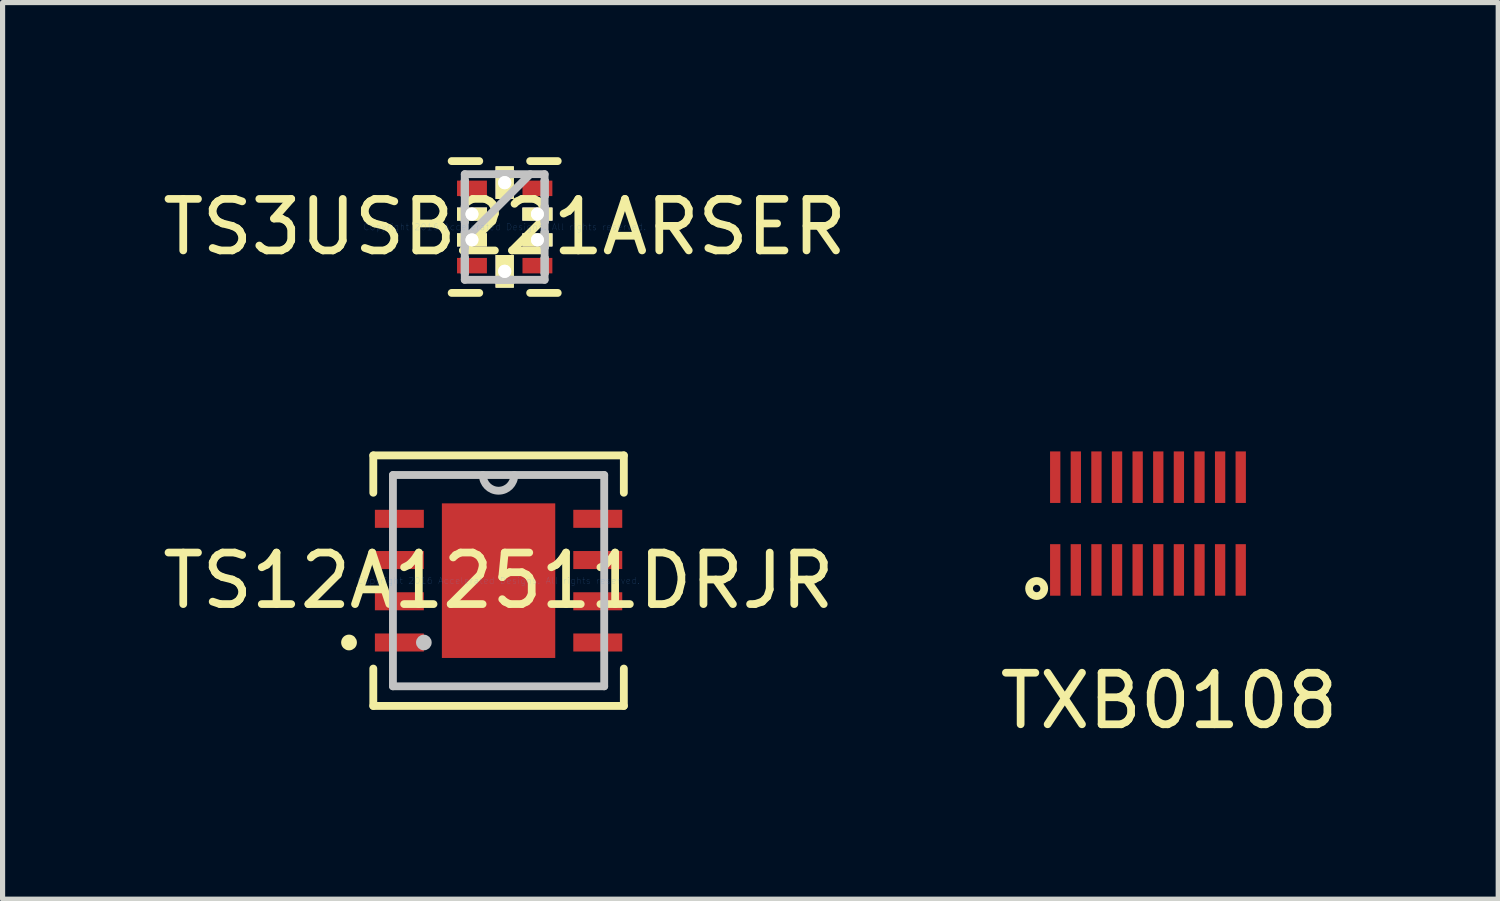
<source format=kicad_pcb>
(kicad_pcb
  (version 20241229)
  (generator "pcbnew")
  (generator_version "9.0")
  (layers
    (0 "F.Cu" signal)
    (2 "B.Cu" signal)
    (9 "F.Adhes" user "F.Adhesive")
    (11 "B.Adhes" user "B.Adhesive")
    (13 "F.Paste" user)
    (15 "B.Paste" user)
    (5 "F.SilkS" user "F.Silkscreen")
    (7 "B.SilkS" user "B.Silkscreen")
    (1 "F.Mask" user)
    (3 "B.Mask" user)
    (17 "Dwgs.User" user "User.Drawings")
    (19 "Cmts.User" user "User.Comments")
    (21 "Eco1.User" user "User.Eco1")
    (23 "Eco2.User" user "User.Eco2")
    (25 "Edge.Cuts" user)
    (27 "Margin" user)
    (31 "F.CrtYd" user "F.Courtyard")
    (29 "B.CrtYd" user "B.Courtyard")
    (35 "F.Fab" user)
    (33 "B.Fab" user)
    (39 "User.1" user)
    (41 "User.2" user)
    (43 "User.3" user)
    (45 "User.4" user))
  (footprint "TS3USB221ARSER"
    (layer "F.Cu")
    (at 6.744 1.355)
    (property "Reference" "TS3USB221ARSER" (at 0 0 0) (layer "F.SilkS") (effects (font (size 1 1) (thickness 0.15))))
    (attr through_hole)
    (fp_line (start -1.029 1.279) (end -0.494 1.279) (stroke (width 0.152) (type solid)) (layer "F.SilkS"))
    (fp_line (start -0.494 -1.279) (end -1.029 -1.279) (stroke (width 0.152) (type solid)) (layer "F.SilkS"))
    (fp_line (start 0.494 1.279) (end 1.029 1.279) (stroke (width 0.152) (type solid)) (layer "F.SilkS"))
    (fp_line (start 1.029 -1.279) (end 0.494 -1.279) (stroke (width 0.152) (type solid)) (layer "F.SilkS"))
    (fp_line (start -0.775 -1.025) (end -0.775 1.025) (stroke (width 0.152) (type solid)) (layer "Dwgs.User"))
    (fp_line (start -0.775 -0.9) (end -0.775 -0.9) (stroke (width 0.152) (type solid)) (layer "Dwgs.User"))
    (fp_line (start -0.775 -0.9) (end -0.775 -0.6) (stroke (width 0.152) (type solid)) (layer "Dwgs.User"))
    (fp_line (start -0.775 -0.6) (end -0.775 -0.9) (stroke (width 0.152) (type solid)) (layer "Dwgs.User"))
    (fp_line (start -0.775 -0.6) (end -0.775 -0.6) (stroke (width 0.152) (type solid)) (layer "Dwgs.User"))
    (fp_line (start -0.775 -0.4) (end -0.775 -0.4) (stroke (width 0.152) (type solid)) (layer "Dwgs.User"))
    (fp_line (start -0.775 -0.4) (end -0.775 -0.1) (stroke (width 0.152) (type solid)) (layer "Dwgs.User"))
    (fp_line (start -0.775 -0.1) (end -0.775 -0.4) (stroke (width 0.152) (type solid)) (layer "Dwgs.User"))
    (fp_line (start -0.775 -0.1) (end -0.775 -0.1) (stroke (width 0.152) (type solid)) (layer "Dwgs.User"))
    (fp_line (start -0.775 0.1) (end -0.775 0.1) (stroke (width 0.152) (type solid)) (layer "Dwgs.User"))
    (fp_line (start -0.775 0.1) (end -0.775 0.4) (stroke (width 0.152) (type solid)) (layer "Dwgs.User"))
    (fp_line (start -0.775 0.245) (end 0.495 -1.025) (stroke (width 0.152) (type solid)) (layer "Dwgs.User"))
    (fp_line (start -0.775 0.4) (end -0.775 0.1) (stroke (width 0.152) (type solid)) (layer "Dwgs.User"))
    (fp_line (start -0.775 0.4) (end -0.775 0.4) (stroke (width 0.152) (type solid)) (layer "Dwgs.User"))
    (fp_line (start -0.775 0.6) (end -0.775 0.6) (stroke (width 0.152) (type solid)) (layer "Dwgs.User"))
    (fp_line (start -0.775 0.6) (end -0.775 0.9) (stroke (width 0.152) (type solid)) (layer "Dwgs.User"))
    (fp_line (start -0.775 0.9) (end -0.775 0.6) (stroke (width 0.152) (type solid)) (layer "Dwgs.User"))
    (fp_line (start -0.775 0.9) (end -0.775 0.9) (stroke (width 0.152) (type solid)) (layer "Dwgs.User"))
    (fp_line (start -0.775 1.025) (end 0.775 1.025) (stroke (width 0.152) (type solid)) (layer "Dwgs.User"))
    (fp_line (start -0.15 -1.025) (end -0.15 -1.025) (stroke (width 0.152) (type solid)) (layer "Dwgs.User"))
    (fp_line (start -0.15 -1.025) (end 0.15 -1.025) (stroke (width 0.152) (type solid)) (layer "Dwgs.User"))
    (fp_line (start -0.15 1.025) (end -0.15 1.025) (stroke (width 0.152) (type solid)) (layer "Dwgs.User"))
    (fp_line (start -0.15 1.025) (end 0.15 1.025) (stroke (width 0.152) (type solid)) (layer "Dwgs.User"))
    (fp_line (start 0.15 -1.025) (end -0.15 -1.025) (stroke (width 0.152) (type solid)) (layer "Dwgs.User"))
    (fp_line (start 0.15 -1.025) (end 0.15 -1.025) (stroke (width 0.152) (type solid)) (layer "Dwgs.User"))
    (fp_line (start 0.15 1.025) (end -0.15 1.025) (stroke (width 0.152) (type solid)) (layer "Dwgs.User"))
    (fp_line (start 0.15 1.025) (end 0.15 1.025) (stroke (width 0.152) (type solid)) (layer "Dwgs.User"))
    (fp_line (start 0.775 -1.025) (end -0.775 -1.025) (stroke (width 0.152) (type solid)) (layer "Dwgs.User"))
    (fp_line (start 0.775 -0.9) (end 0.775 -0.9) (stroke (width 0.152) (type solid)) (layer "Dwgs.User"))
    (fp_line (start 0.775 -0.9) (end 0.775 -0.6) (stroke (width 0.152) (type solid)) (layer "Dwgs.User"))
    (fp_line (start 0.775 -0.6) (end 0.775 -0.9) (stroke (width 0.152) (type solid)) (layer "Dwgs.User"))
    (fp_line (start 0.775 -0.6) (end 0.775 -0.6) (stroke (width 0.152) (type solid)) (layer "Dwgs.User"))
    (fp_line (start 0.775 -0.4) (end 0.775 -0.4) (stroke (width 0.152) (type solid)) (layer "Dwgs.User"))
    (fp_line (start 0.775 -0.4) (end 0.775 -0.1) (stroke (width 0.152) (type solid)) (layer "Dwgs.User"))
    (fp_line (start 0.775 -0.1) (end 0.775 -0.4) (stroke (width 0.152) (type solid)) (layer "Dwgs.User"))
    (fp_line (start 0.775 -0.1) (end 0.775 -0.1) (stroke (width 0.152) (type solid)) (layer "Dwgs.User"))
    (fp_line (start 0.775 0.1) (end 0.775 0.1) (stroke (width 0.152) (type solid)) (layer "Dwgs.User"))
    (fp_line (start 0.775 0.1) (end 0.775 0.4) (stroke (width 0.152) (type solid)) (layer "Dwgs.User"))
    (fp_line (start 0.775 0.4) (end 0.775 0.1) (stroke (width 0.152) (type solid)) (layer "Dwgs.User"))
    (fp_line (start 0.775 0.4) (end 0.775 0.4) (stroke (width 0.152) (type solid)) (layer "Dwgs.User"))
    (fp_line (start 0.775 0.6) (end 0.775 0.6) (stroke (width 0.152) (type solid)) (layer "Dwgs.User"))
    (fp_line (start 0.775 0.6) (end 0.775 0.9) (stroke (width 0.152) (type solid)) (layer "Dwgs.User"))
    (fp_line (start 0.775 0.9) (end 0.775 0.6) (stroke (width 0.152) (type solid)) (layer "Dwgs.User"))
    (fp_line (start 0.775 0.9) (end 0.775 0.9) (stroke (width 0.152) (type solid)) (layer "Dwgs.User"))
    (fp_line (start 0.775 1.025) (end 0.775 -1.025) (stroke (width 0.152) (type solid)) (layer "Dwgs.User"))
    (fp_text user "Copyright 2016 Accelerated Designs. All rights reserved." (at 0 0 0) (layer "Cmts.User") (effects (font (size 0.127 0.127) (thickness 0.002))))
    (pad "" smd circle (at -0.635 -0.75 90) (size 0.025 0.025) (layers "F.Paste"))
    (pad "" smd circle (at -0.635 0.75 90) (size 0.025 0.025) (layers "F.Paste"))
    (pad "" smd circle (at 0.635 -0.75 90) (size 0.025 0.025) (layers "F.Paste"))
    (pad "" smd circle (at 0.635 0.75 90) (size 0.025 0.025) (layers "F.Paste"))
    (pad "1" smd rect (at -0.635 -0.75 90) (size 0.3 0.58) (layers "F.Cu"))
    (pad "2" thru_hole rect (at -0.635 -0.25 90) (size 0.25 0.58) (drill 0.254) (layers "*.Cu" "F.SilkS"))
    (pad "2" thru_hole rect (at -0.635 -0.25 90) (size 0.25 0.58) (drill 0.254) (layers "*.Cu" "F.SilkS"))
    (pad "3" thru_hole rect (at -0.635 0.25 90) (size 0.25 0.58) (drill 0.254) (layers "*.Cu" "F.SilkS"))
    (pad "3" thru_hole rect (at -0.635 0.25 90) (size 0.25 0.58) (drill 0.254) (layers "*.Cu" "F.SilkS"))
    (pad "4" smd rect (at -0.635 0.75 90) (size 0.3 0.58) (layers "F.Cu"))
    (pad "5" thru_hole rect (at 0 0.86) (size 0.35 0.63) (drill 0.254) (layers "*.Cu" "F.SilkS"))
    (pad "5" thru_hole rect (at 0 0.86) (size 0.35 0.63) (drill 0.254) (layers "*.Cu" "F.SilkS"))
    (pad "6" smd rect (at 0.635 0.75 90) (size 0.3 0.58) (layers "F.Cu"))
    (pad "7" thru_hole rect (at 0.635 0.25 90) (size 0.25 0.58) (drill 0.254) (layers "*.Cu" "F.SilkS"))
    (pad "7" thru_hole rect (at 0.635 0.25 90) (size 0.25 0.58) (drill 0.254) (layers "*.Cu" "F.SilkS"))
    (pad "8" thru_hole rect (at 0.635 -0.25 90) (size 0.25 0.58) (drill 0.254) (layers "*.Cu" "F.SilkS"))
    (pad "8" thru_hole rect (at 0.635 -0.25 90) (size 0.25 0.58) (drill 0.254) (layers "*.Cu" "F.SilkS"))
    (pad "9" smd rect (at 0.635 -0.75 90) (size 0.3 0.58) (layers "F.Cu"))
    (pad "10" thru_hole rect (at 0 -0.86) (size 0.35 0.63) (drill 0.254) (layers "*.Cu" "F.SilkS"))
    (pad "10" thru_hole rect (at 0 -0.86) (size 0.35 0.63) (drill 0.254) (layers "*.Cu" "F.SilkS")))
  (footprint "TXB0108"
    (layer "F.Cu")
    (at 19.227 7.11)
    (property "Reference" "TXB0108" (at 0.41 3.44 0) (layer "F.SilkS") (effects (font (size 1 1) (thickness 0.15))))
    (attr through_hole)
    (fp_circle (center -2.16 1.26) (end -2.12 1.32) (stroke (width 0.15) (type solid)) (fill no) (layer "F.SilkS"))
    (pad "1" smd rect (at -1.8 0.9) (size 0.2 1) (layers "F.Cu" "F.Mask" "F.Paste"))
    (pad "2" smd rect (at -1.4 0.9) (size 0.2 1) (layers "F.Cu" "F.Mask" "F.Paste"))
    (pad "3" smd rect (at -1 0.9) (size 0.2 1) (layers "F.Cu" "F.Mask" "F.Paste"))
    (pad "4" smd rect (at -0.6 0.9) (size 0.2 1) (layers "F.Cu" "F.Mask" "F.Paste"))
    (pad "5" smd rect (at -0.2 0.9) (size 0.2 1) (layers "F.Cu" "F.Mask" "F.Paste"))
    (pad "6" smd rect (at 0.2 0.9) (size 0.2 1) (layers "F.Cu" "F.Mask" "F.Paste"))
    (pad "7" smd rect (at 0.6 0.9) (size 0.2 1) (layers "F.Cu" "F.Mask" "F.Paste"))
    (pad "8" smd rect (at 1 0.9) (size 0.2 1) (layers "F.Cu" "F.Mask" "F.Paste"))
    (pad "9" smd rect (at 1.4 0.9) (size 0.2 1) (layers "F.Cu" "F.Mask" "F.Paste"))
    (pad "10" smd rect (at 1.8 0.9) (size 0.2 1) (layers "F.Cu" "F.Mask" "F.Paste"))
    (pad "11" smd rect (at 1.8 -0.9) (size 0.2 1) (layers "F.Cu" "F.Mask" "F.Paste"))
    (pad "12" smd rect (at 1.4 -0.9) (size 0.2 1) (layers "F.Cu" "F.Mask" "F.Paste"))
    (pad "13" smd rect (at 1 -0.9) (size 0.2 1) (layers "F.Cu" "F.Mask" "F.Paste"))
    (pad "14" smd rect (at 0.6 -0.9) (size 0.2 1) (layers "F.Cu" "F.Mask" "F.Paste"))
    (pad "15" smd rect (at 0.2 -0.9) (size 0.2 1) (layers "F.Cu" "F.Mask" "F.Paste"))
    (pad "16" smd rect (at -0.2 -0.9) (size 0.2 1) (layers "F.Cu" "F.Mask" "F.Paste"))
    (pad "17" smd rect (at -0.6 -0.9) (size 0.2 1) (layers "F.Cu" "F.Mask" "F.Paste"))
    (pad "18" smd rect (at -1 -0.9) (size 0.2 1) (layers "F.Cu" "F.Mask" "F.Paste"))
    (pad "19" smd rect (at -1.4 -0.9) (size 0.2 1) (layers "F.Cu" "F.Mask" "F.Paste"))
    (pad "20" smd rect (at -1.8 -0.9) (size 0.2 1) (layers "F.Cu" "F.Mask" "F.Paste")))
  (footprint "TS12A12511DRJR"
    (layer "F.Cu")
    (at 6.625 8.218)
    (property "Reference" "TS12A12511DRJR" (at 0 0 0) (layer "F.SilkS") (effects (font (size 1 1) (thickness 0.15))))
    (attr through_hole)
    (fp_line (start -2.431 -2.431) (end -2.431 -1.706) (stroke (width 0.152) (type solid)) (layer "F.SilkS"))
    (fp_line (start -2.431 1.706) (end -2.431 2.431) (stroke (width 0.152) (type solid)) (layer "F.SilkS"))
    (fp_line (start -2.431 2.431) (end 2.431 2.431) (stroke (width 0.152) (type solid)) (layer "F.SilkS"))
    (fp_line (start 2.431 -2.431) (end -2.431 -2.431) (stroke (width 0.152) (type solid)) (layer "F.SilkS"))
    (fp_line (start 2.431 -1.706) (end 2.431 -2.431) (stroke (width 0.152) (type solid)) (layer "F.SilkS"))
    (fp_line (start 2.431 2.431) (end 2.431 1.706) (stroke (width 0.152) (type solid)) (layer "F.SilkS"))
    (fp_circle (center -2.902 1.2) (end -2.825 1.2) (stroke (width 0.152) (type solid)) (fill no) (layer "F.SilkS"))
    (fp_line (start -2.05 -2.05) (end -2.05 2.05) (stroke (width 0.152) (type solid)) (layer "Dwgs.User"))
    (fp_line (start -2.05 2.05) (end 2.05 2.05) (stroke (width 0.152) (type solid)) (layer "Dwgs.User"))
    (fp_line (start 2.05 -2.05) (end -2.05 -2.05) (stroke (width 0.152) (type solid)) (layer "Dwgs.User"))
    (fp_line (start 2.05 2.05) (end 2.05 -2.05) (stroke (width 0.152) (type solid)) (layer "Dwgs.User"))
    (fp_arc (start 0.3048 -2.05) (mid 0 -1.7452) (end -0.3048 -2.05) (stroke (width 0.1524) (type solid)) (layer "Dwgs.User"))
    (fp_circle (center -1.45 1.2) (end -1.374 1.2) (stroke (width 0.152) (type solid)) (fill no) (layer "Dwgs.User"))
    (fp_circle (center -0.394 -0.787) (end -0.203 -0.787) (stroke (width 0.152) (type solid)) (fill no) (layer "Eco1.User"))
    (fp_circle (center -0.394 0) (end -0.203 0) (stroke (width 0.152) (type solid)) (fill no) (layer "Eco1.User"))
    (fp_circle (center -0.394 0.787) (end -0.203 0.787) (stroke (width 0.152) (type solid)) (fill no) (layer "Eco1.User"))
    (fp_circle (center 0.394 -0.787) (end 0.584 -0.787) (stroke (width 0.152) (type solid)) (fill no) (layer "Eco1.User"))
    (fp_circle (center 0.394 0) (end 0.584 0) (stroke (width 0.152) (type solid)) (fill no) (layer "Eco1.User"))
    (fp_circle (center 0.394 0.787) (end 0.584 0.787) (stroke (width 0.152) (type solid)) (fill no) (layer "Eco1.User"))
    (fp_text user "Copyright 2016 Accelerated Designs. All rights reserved." (at 0 0 0) (layer "Cmts.User") (effects (font (size 0.127 0.127) (thickness 0.002))))
    (pad "" smd circle (at -1.925 -1.2) (size 0.025 0.025) (layers "F.Paste"))
    (pad "" smd circle (at -1.925 -0.4) (size 0.025 0.025) (layers "F.Paste"))
    (pad "" smd circle (at -1.925 0.4) (size 0.025 0.025) (layers "F.Paste"))
    (pad "" smd circle (at -1.925 1.2) (size 0.025 0.025) (layers "F.Paste"))
    (pad "" smd rect (at 0 0) (size 0.025 0.025) (layers "F.Mask"))
    (pad "" smd rect (at 0 0) (size 0.025 0.025) (layers "F.Paste"))
    (pad "" smd circle (at 1.925 -1.2) (size 0.025 0.025) (layers "F.Paste"))
    (pad "" smd circle (at 1.925 -0.4) (size 0.025 0.025) (layers "F.Paste"))
    (pad "" smd circle (at 1.925 0.4) (size 0.025 0.025) (layers "F.Paste"))
    (pad "" smd circle (at 1.925 1.2) (size 0.025 0.025) (layers "F.Paste"))
    (pad "1" smd rect (at -1.925 -1.2) (size 0.95 0.35) (layers "F.Cu"))
    (pad "2" smd rect (at -1.925 -0.4) (size 0.95 0.35) (layers "F.Cu"))
    (pad "3" smd rect (at -1.925 0.4) (size 0.95 0.35) (layers "F.Cu"))
    (pad "4" smd rect (at -1.925 1.2) (size 0.95 0.35) (layers "F.Cu"))
    (pad "5" smd rect (at 1.925 1.2) (size 0.95 0.35) (layers "F.Cu"))
    (pad "6" smd rect (at 1.925 0.4) (size 0.95 0.35) (layers "F.Cu"))
    (pad "7" smd rect (at 1.925 -0.4) (size 0.95 0.35) (layers "F.Cu"))
    (pad "8" smd rect (at 1.925 -1.2) (size 0.95 0.35) (layers "F.Cu"))
    (pad "9" smd rect (at 0 0) (size 2.2 3) (layers "F.Cu")))
  (gr_rect
    (start -3 -3)
    (end 26.024 14.399)
    (stroke (width 0.1) (type default))
    (fill no)
    (layer "Edge.Cuts")))
</source>
